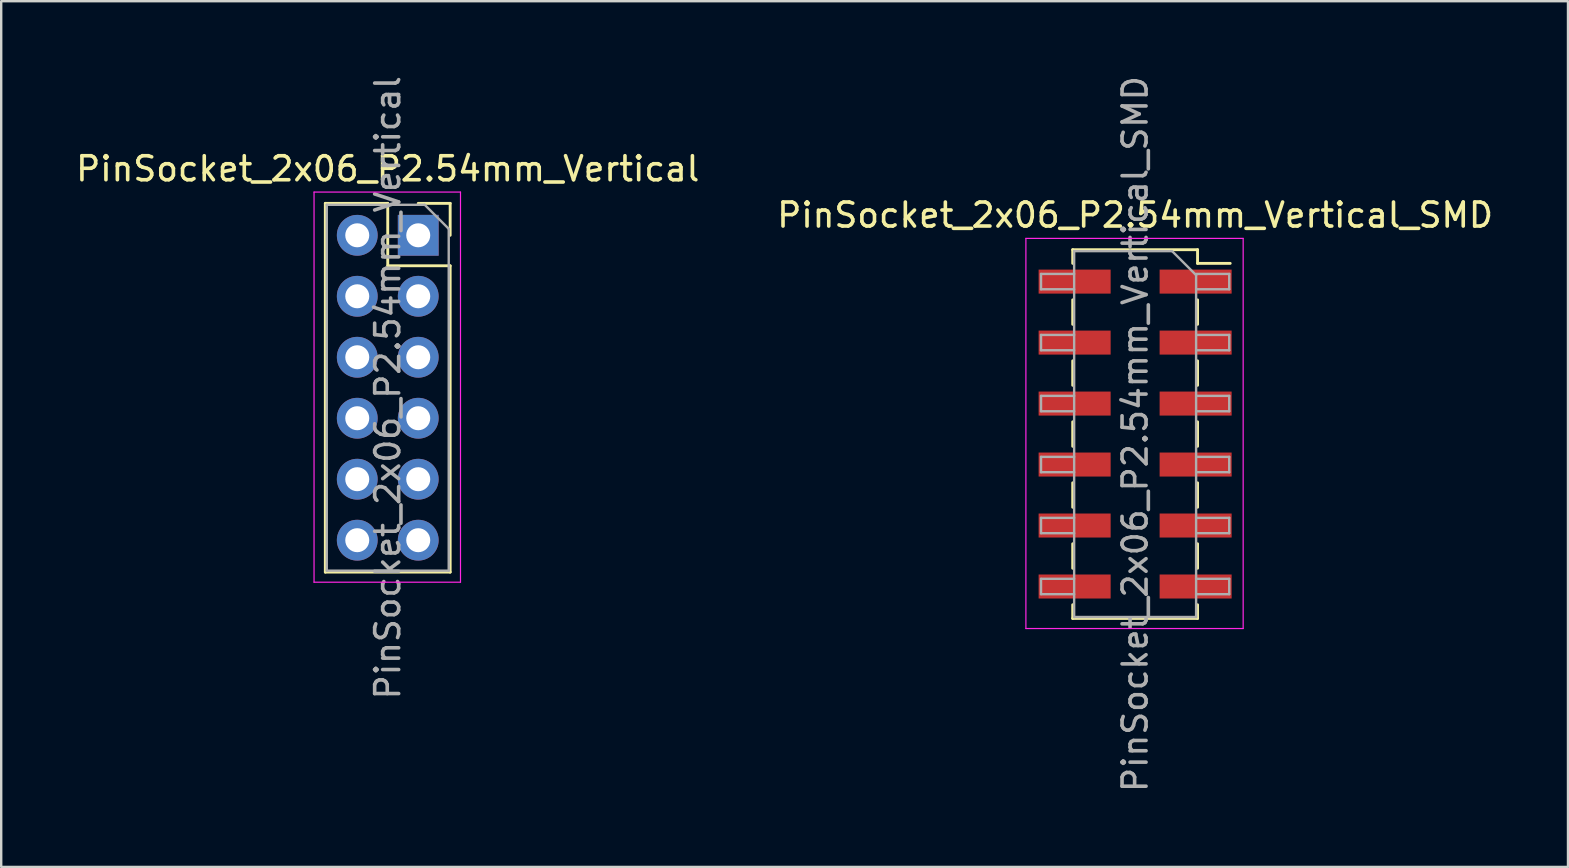
<source format=kicad_pcb>
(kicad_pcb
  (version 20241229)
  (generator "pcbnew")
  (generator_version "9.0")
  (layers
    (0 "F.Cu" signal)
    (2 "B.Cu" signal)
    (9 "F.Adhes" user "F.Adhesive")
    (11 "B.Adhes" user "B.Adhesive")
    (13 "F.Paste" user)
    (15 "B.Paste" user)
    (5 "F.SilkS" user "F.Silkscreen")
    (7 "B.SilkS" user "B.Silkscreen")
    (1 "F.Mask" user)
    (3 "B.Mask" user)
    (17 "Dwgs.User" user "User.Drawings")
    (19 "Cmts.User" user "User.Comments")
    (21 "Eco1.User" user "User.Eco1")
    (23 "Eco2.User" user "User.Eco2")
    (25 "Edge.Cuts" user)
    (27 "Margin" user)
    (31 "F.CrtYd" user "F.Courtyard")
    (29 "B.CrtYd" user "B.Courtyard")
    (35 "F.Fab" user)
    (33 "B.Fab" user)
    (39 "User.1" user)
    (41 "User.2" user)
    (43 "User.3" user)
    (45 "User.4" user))
  (footprint "PinSocket_2x06_P2.54mm_Vertical"
    (layer "F.Cu")
    (at 14.371 6.751)
    (property "Reference" "PinSocket_2x06_P2.54mm_Vertical" (at -1.27 -2.77 0) (layer "F.SilkS") (effects (font (size 1 1) (thickness 0.15))))
    (attr through_hole)
    (fp_line (start -3.87 -1.33) (end -3.87 14.03) (stroke (width 0.12) (type solid)) (layer "F.SilkS"))
    (fp_line (start -3.87 -1.33) (end -1.27 -1.33) (stroke (width 0.12) (type solid)) (layer "F.SilkS"))
    (fp_line (start -3.87 14.03) (end 1.33 14.03) (stroke (width 0.12) (type solid)) (layer "F.SilkS"))
    (fp_line (start -1.27 -1.33) (end -1.27 1.27) (stroke (width 0.12) (type solid)) (layer "F.SilkS"))
    (fp_line (start -1.27 1.27) (end 1.33 1.27) (stroke (width 0.12) (type solid)) (layer "F.SilkS"))
    (fp_line (start 0 -1.33) (end 1.33 -1.33) (stroke (width 0.12) (type solid)) (layer "F.SilkS"))
    (fp_line (start 1.33 -1.33) (end 1.33 0) (stroke (width 0.12) (type solid)) (layer "F.SilkS"))
    (fp_line (start 1.33 1.27) (end 1.33 14.03) (stroke (width 0.12) (type solid)) (layer "F.SilkS"))
    (fp_line (start -4.34 -1.8) (end 1.76 -1.8) (stroke (width 0.05) (type solid)) (layer "F.CrtYd"))
    (fp_line (start -4.34 14.45) (end -4.34 -1.8) (stroke (width 0.05) (type solid)) (layer "F.CrtYd"))
    (fp_line (start 1.76 -1.8) (end 1.76 14.45) (stroke (width 0.05) (type solid)) (layer "F.CrtYd"))
    (fp_line (start 1.76 14.45) (end -4.34 14.45) (stroke (width 0.05) (type solid)) (layer "F.CrtYd"))
    (fp_line (start -3.81 -1.27) (end 0.27 -1.27) (stroke (width 0.1) (type solid)) (layer "F.Fab"))
    (fp_line (start -3.81 13.97) (end -3.81 -1.27) (stroke (width 0.1) (type solid)) (layer "F.Fab"))
    (fp_line (start 0.27 -1.27) (end 1.27 -0.27) (stroke (width 0.1) (type solid)) (layer "F.Fab"))
    (fp_line (start 1.27 -0.27) (end 1.27 13.97) (stroke (width 0.1) (type solid)) (layer "F.Fab"))
    (fp_line (start 1.27 13.97) (end -3.81 13.97) (stroke (width 0.1) (type solid)) (layer "F.Fab"))
    (fp_text user "${REFERENCE}" (at -1.27 6.35 90) (layer "F.Fab") (effects (font (size 1 1) (thickness 0.15))))
    (pad "1" thru_hole rect (at 0 0) (size 1.7 1.7) (drill 1) (layers "*.Cu" "*.Mask"))
    (pad "2" thru_hole circle (at -2.54 0) (size 1.7 1.7) (drill 1) (layers "*.Cu" "*.Mask"))
    (pad "3" thru_hole circle (at 0 2.54) (size 1.7 1.7) (drill 1) (layers "*.Cu" "*.Mask"))
    (pad "4" thru_hole circle (at -2.54 2.54) (size 1.7 1.7) (drill 1) (layers "*.Cu" "*.Mask"))
    (pad "5" thru_hole circle (at 0 5.08) (size 1.7 1.7) (drill 1) (layers "*.Cu" "*.Mask"))
    (pad "6" thru_hole circle (at -2.54 5.08) (size 1.7 1.7) (drill 1) (layers "*.Cu" "*.Mask"))
    (pad "7" thru_hole circle (at 0 7.62) (size 1.7 1.7) (drill 1) (layers "*.Cu" "*.Mask"))
    (pad "8" thru_hole circle (at -2.54 7.62) (size 1.7 1.7) (drill 1) (layers "*.Cu" "*.Mask"))
    (pad "9" thru_hole circle (at 0 10.16) (size 1.7 1.7) (drill 1) (layers "*.Cu" "*.Mask"))
    (pad "10" thru_hole circle (at -2.54 10.16) (size 1.7 1.7) (drill 1) (layers "*.Cu" "*.Mask"))
    (pad "11" thru_hole circle (at 0 12.7) (size 1.7 1.7) (drill 1) (layers "*.Cu" "*.Mask"))
    (pad "12" thru_hole circle (at -2.54 12.7) (size 1.7 1.7) (drill 1) (layers "*.Cu" "*.Mask")))
  (footprint "PinSocket_2x06_P2.54mm_Vertical_SMD"
    (layer "F.Cu")
    (at 44.232 15.03)
    (property "Reference" "PinSocket_2x06_P2.54mm_Vertical_SMD" (at 0 -9.12 0) (layer "F.SilkS") (effects (font (size 1 1) (thickness 0.15))))
    (attr smd)
    (fp_line (start -2.6 -7.68) (end -2.6 -7.11) (stroke (width 0.12) (type solid)) (layer "F.SilkS"))
    (fp_line (start -2.6 -7.68) (end 2.6 -7.68) (stroke (width 0.12) (type solid)) (layer "F.SilkS"))
    (fp_line (start -2.6 -5.59) (end -2.6 -4.57) (stroke (width 0.12) (type solid)) (layer "F.SilkS"))
    (fp_line (start -2.6 -3.05) (end -2.6 -2.03) (stroke (width 0.12) (type solid)) (layer "F.SilkS"))
    (fp_line (start -2.6 -0.51) (end -2.6 0.51) (stroke (width 0.12) (type solid)) (layer "F.SilkS"))
    (fp_line (start -2.6 2.03) (end -2.6 3.05) (stroke (width 0.12) (type solid)) (layer "F.SilkS"))
    (fp_line (start -2.6 4.57) (end -2.6 5.59) (stroke (width 0.12) (type solid)) (layer "F.SilkS"))
    (fp_line (start -2.6 7.11) (end -2.6 7.68) (stroke (width 0.12) (type solid)) (layer "F.SilkS"))
    (fp_line (start -2.6 7.68) (end 2.6 7.68) (stroke (width 0.12) (type solid)) (layer "F.SilkS"))
    (fp_line (start 2.6 -7.68) (end 2.6 -7.11) (stroke (width 0.12) (type solid)) (layer "F.SilkS"))
    (fp_line (start 2.6 -7.11) (end 3.96 -7.11) (stroke (width 0.12) (type solid)) (layer "F.SilkS"))
    (fp_line (start 2.6 -5.59) (end 2.6 -4.57) (stroke (width 0.12) (type solid)) (layer "F.SilkS"))
    (fp_line (start 2.6 -3.05) (end 2.6 -2.03) (stroke (width 0.12) (type solid)) (layer "F.SilkS"))
    (fp_line (start 2.6 -0.51) (end 2.6 0.51) (stroke (width 0.12) (type solid)) (layer "F.SilkS"))
    (fp_line (start 2.6 2.03) (end 2.6 3.05) (stroke (width 0.12) (type solid)) (layer "F.SilkS"))
    (fp_line (start 2.6 4.57) (end 2.6 5.59) (stroke (width 0.12) (type solid)) (layer "F.SilkS"))
    (fp_line (start 2.6 7.11) (end 2.6 7.68) (stroke (width 0.12) (type solid)) (layer "F.SilkS"))
    (fp_line (start -4.55 -8.15) (end 4.5 -8.15) (stroke (width 0.05) (type solid)) (layer "F.CrtYd"))
    (fp_line (start -4.55 8.1) (end -4.55 -8.15) (stroke (width 0.05) (type solid)) (layer "F.CrtYd"))
    (fp_line (start 4.5 -8.15) (end 4.5 8.1) (stroke (width 0.05) (type solid)) (layer "F.CrtYd"))
    (fp_line (start 4.5 8.1) (end -4.55 8.1) (stroke (width 0.05) (type solid)) (layer "F.CrtYd"))
    (fp_line (start -3.92 -6.67) (end -2.54 -6.67) (stroke (width 0.1) (type solid)) (layer "F.Fab"))
    (fp_line (start -3.92 -6.03) (end -3.92 -6.67) (stroke (width 0.1) (type solid)) (layer "F.Fab"))
    (fp_line (start -3.92 -4.13) (end -2.54 -4.13) (stroke (width 0.1) (type solid)) (layer "F.Fab"))
    (fp_line (start -3.92 -3.49) (end -3.92 -4.13) (stroke (width 0.1) (type solid)) (layer "F.Fab"))
    (fp_line (start -3.92 -1.59) (end -2.54 -1.59) (stroke (width 0.1) (type solid)) (layer "F.Fab"))
    (fp_line (start -3.92 -0.95) (end -3.92 -1.59) (stroke (width 0.1) (type solid)) (layer "F.Fab"))
    (fp_line (start -3.92 0.95) (end -2.54 0.95) (stroke (width 0.1) (type solid)) (layer "F.Fab"))
    (fp_line (start -3.92 1.59) (end -3.92 0.95) (stroke (width 0.1) (type solid)) (layer "F.Fab"))
    (fp_line (start -3.92 3.49) (end -2.54 3.49) (stroke (width 0.1) (type solid)) (layer "F.Fab"))
    (fp_line (start -3.92 4.13) (end -3.92 3.49) (stroke (width 0.1) (type solid)) (layer "F.Fab"))
    (fp_line (start -3.92 6.03) (end -2.54 6.03) (stroke (width 0.1) (type solid)) (layer "F.Fab"))
    (fp_line (start -3.92 6.67) (end -3.92 6.03) (stroke (width 0.1) (type solid)) (layer "F.Fab"))
    (fp_line (start -2.54 -7.62) (end 1.54 -7.62) (stroke (width 0.1) (type solid)) (layer "F.Fab"))
    (fp_line (start -2.54 -6.03) (end -3.92 -6.03) (stroke (width 0.1) (type solid)) (layer "F.Fab"))
    (fp_line (start -2.54 -3.49) (end -3.92 -3.49) (stroke (width 0.1) (type solid)) (layer "F.Fab"))
    (fp_line (start -2.54 -0.95) (end -3.92 -0.95) (stroke (width 0.1) (type solid)) (layer "F.Fab"))
    (fp_line (start -2.54 1.59) (end -3.92 1.59) (stroke (width 0.1) (type solid)) (layer "F.Fab"))
    (fp_line (start -2.54 4.13) (end -3.92 4.13) (stroke (width 0.1) (type solid)) (layer "F.Fab"))
    (fp_line (start -2.54 6.67) (end -3.92 6.67) (stroke (width 0.1) (type solid)) (layer "F.Fab"))
    (fp_line (start -2.54 7.62) (end -2.54 -7.62) (stroke (width 0.1) (type solid)) (layer "F.Fab"))
    (fp_line (start 1.54 -7.62) (end 2.54 -6.62) (stroke (width 0.1) (type solid)) (layer "F.Fab"))
    (fp_line (start 2.54 -6.67) (end 3.92 -6.67) (stroke (width 0.1) (type solid)) (layer "F.Fab"))
    (fp_line (start 2.54 -6.62) (end 2.54 7.62) (stroke (width 0.1) (type solid)) (layer "F.Fab"))
    (fp_line (start 2.54 -4.13) (end 3.92 -4.13) (stroke (width 0.1) (type solid)) (layer "F.Fab"))
    (fp_line (start 2.54 -1.59) (end 3.92 -1.59) (stroke (width 0.1) (type solid)) (layer "F.Fab"))
    (fp_line (start 2.54 0.95) (end 3.92 0.95) (stroke (width 0.1) (type solid)) (layer "F.Fab"))
    (fp_line (start 2.54 3.49) (end 3.92 3.49) (stroke (width 0.1) (type solid)) (layer "F.Fab"))
    (fp_line (start 2.54 6.03) (end 3.92 6.03) (stroke (width 0.1) (type solid)) (layer "F.Fab"))
    (fp_line (start 2.54 7.62) (end -2.54 7.62) (stroke (width 0.1) (type solid)) (layer "F.Fab"))
    (fp_line (start 3.92 -6.67) (end 3.92 -6.03) (stroke (width 0.1) (type solid)) (layer "F.Fab"))
    (fp_line (start 3.92 -6.03) (end 2.54 -6.03) (stroke (width 0.1) (type solid)) (layer "F.Fab"))
    (fp_line (start 3.92 -4.13) (end 3.92 -3.49) (stroke (width 0.1) (type solid)) (layer "F.Fab"))
    (fp_line (start 3.92 -3.49) (end 2.54 -3.49) (stroke (width 0.1) (type solid)) (layer "F.Fab"))
    (fp_line (start 3.92 -1.59) (end 3.92 -0.95) (stroke (width 0.1) (type solid)) (layer "F.Fab"))
    (fp_line (start 3.92 -0.95) (end 2.54 -0.95) (stroke (width 0.1) (type solid)) (layer "F.Fab"))
    (fp_line (start 3.92 0.95) (end 3.92 1.59) (stroke (width 0.1) (type solid)) (layer "F.Fab"))
    (fp_line (start 3.92 1.59) (end 2.54 1.59) (stroke (width 0.1) (type solid)) (layer "F.Fab"))
    (fp_line (start 3.92 3.49) (end 3.92 4.13) (stroke (width 0.1) (type solid)) (layer "F.Fab"))
    (fp_line (start 3.92 4.13) (end 2.54 4.13) (stroke (width 0.1) (type solid)) (layer "F.Fab"))
    (fp_line (start 3.92 6.03) (end 3.92 6.67) (stroke (width 0.1) (type solid)) (layer "F.Fab"))
    (fp_line (start 3.92 6.67) (end 2.54 6.67) (stroke (width 0.1) (type solid)) (layer "F.Fab"))
    (fp_text user "${REFERENCE}" (at 0 0 90) (layer "F.Fab") (effects (font (size 1 1) (thickness 0.15))))
    (pad "1" smd rect (at 2.52 -6.35) (size 3 1) (layers "F.Cu" "F.Mask" "F.Paste"))
    (pad "2" smd rect (at -2.52 -6.35) (size 3 1) (layers "F.Cu" "F.Mask" "F.Paste"))
    (pad "3" smd rect (at 2.52 -3.81) (size 3 1) (layers "F.Cu" "F.Mask" "F.Paste"))
    (pad "4" smd rect (at -2.52 -3.81) (size 3 1) (layers "F.Cu" "F.Mask" "F.Paste"))
    (pad "5" smd rect (at 2.52 -1.27) (size 3 1) (layers "F.Cu" "F.Mask" "F.Paste"))
    (pad "6" smd rect (at -2.52 -1.27) (size 3 1) (layers "F.Cu" "F.Mask" "F.Paste"))
    (pad "7" smd rect (at 2.52 1.27) (size 3 1) (layers "F.Cu" "F.Mask" "F.Paste"))
    (pad "8" smd rect (at -2.52 1.27) (size 3 1) (layers "F.Cu" "F.Mask" "F.Paste"))
    (pad "9" smd rect (at 2.52 3.81) (size 3 1) (layers "F.Cu" "F.Mask" "F.Paste"))
    (pad "10" smd rect (at -2.52 3.81) (size 3 1) (layers "F.Cu" "F.Mask" "F.Paste"))
    (pad "11" smd rect (at 2.52 6.35) (size 3 1) (layers "F.Cu" "F.Mask" "F.Paste"))
    (pad "12" smd rect (at -2.52 6.35) (size 3 1) (layers "F.Cu" "F.Mask" "F.Paste")))
  (gr_rect
    (start -3 -3)
    (end 62.262 33.06)
    (stroke (width 0.1) (type default))
    (fill no)
    (layer "Edge.Cuts")))
</source>
